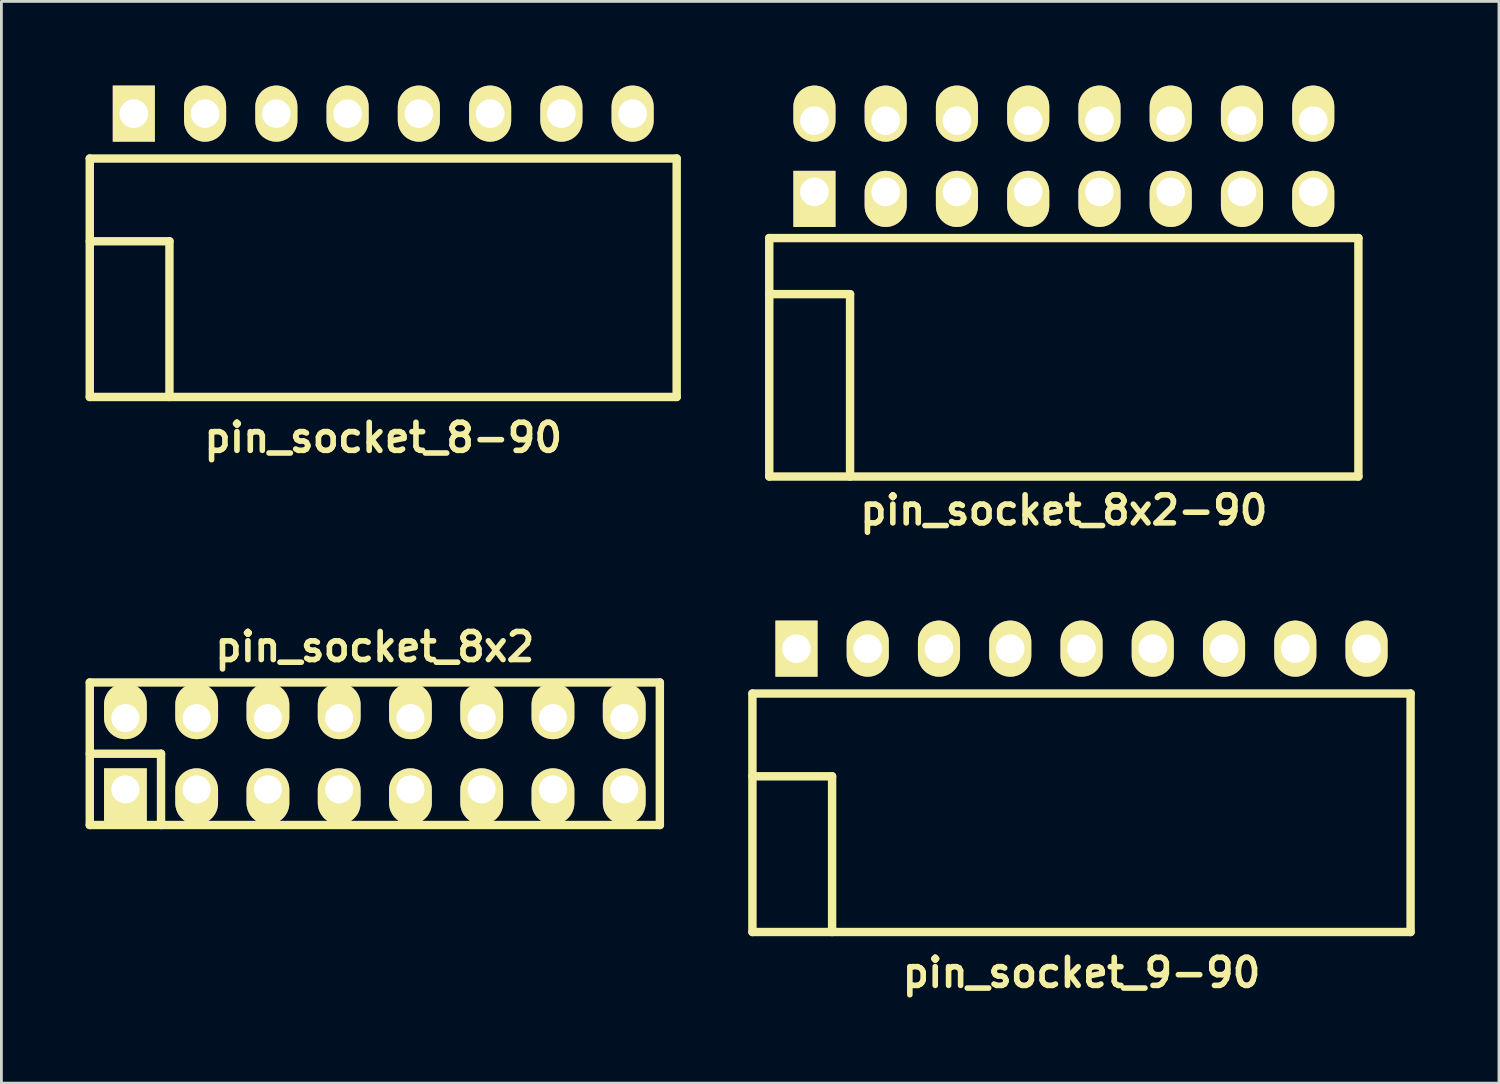
<source format=kicad_pcb>
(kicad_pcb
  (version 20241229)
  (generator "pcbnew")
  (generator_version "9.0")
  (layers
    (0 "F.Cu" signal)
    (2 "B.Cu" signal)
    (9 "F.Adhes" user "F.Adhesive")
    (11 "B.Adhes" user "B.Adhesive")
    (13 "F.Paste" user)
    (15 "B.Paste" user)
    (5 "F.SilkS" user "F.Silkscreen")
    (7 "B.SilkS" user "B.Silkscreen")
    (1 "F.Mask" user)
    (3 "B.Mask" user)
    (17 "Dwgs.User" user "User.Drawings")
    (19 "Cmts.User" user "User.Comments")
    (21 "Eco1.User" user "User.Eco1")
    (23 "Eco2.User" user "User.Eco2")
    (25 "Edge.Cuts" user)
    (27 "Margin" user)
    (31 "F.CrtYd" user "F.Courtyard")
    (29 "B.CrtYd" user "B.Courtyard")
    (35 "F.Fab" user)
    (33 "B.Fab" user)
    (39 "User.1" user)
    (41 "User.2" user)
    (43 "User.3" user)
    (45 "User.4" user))
  (footprint "pin_socket_9-90"
    (layer "F.Cu")
    (at 35.5 24.621)
    (property "Reference" "pin_socket_9-90" (at 0 7 0) (layer "F.SilkS") (effects (font (size 1 1) (thickness 0.2))))
    (attr through_hole)
    (fp_line (start -11.73 -2.95) (end -11.73 5.55) (stroke (width 0.3) (type solid)) (layer "F.SilkS"))
    (fp_line (start -11.73 -2.95) (end 11.73 -2.95) (stroke (width 0.3) (type solid)) (layer "F.SilkS"))
    (fp_line (start -11.73 0) (end -8.89 0) (stroke (width 0.3) (type solid)) (layer "F.SilkS"))
    (fp_line (start -11.73 5.55) (end 11.73 5.55) (stroke (width 0.3) (type solid)) (layer "F.SilkS"))
    (fp_line (start -8.89 0) (end -8.89 5.55) (stroke (width 0.3) (type solid)) (layer "F.SilkS"))
    (fp_line (start 11.73 -2.95) (end 11.73 5.55) (stroke (width 0.3) (type solid)) (layer "F.SilkS"))
    (pad "1" thru_hole rect (at -10.16 -4.55) (size 1.5 2) (drill 1.02) (layers "*.Cu" "*.Mask" "F.SilkS"))
    (pad "2" thru_hole oval (at -7.62 -4.55) (size 1.5 2) (drill 1.02) (layers "*.Cu" "*.Mask" "F.SilkS"))
    (pad "3" thru_hole oval (at -5.08 -4.55) (size 1.5 2) (drill 1.02) (layers "*.Cu" "*.Mask" "F.SilkS"))
    (pad "4" thru_hole oval (at -2.54 -4.55) (size 1.5 2) (drill 1.02) (layers "*.Cu" "*.Mask" "F.SilkS"))
    (pad "5" thru_hole oval (at 0 -4.55) (size 1.5 2) (drill 1.02) (layers "*.Cu" "*.Mask" "F.SilkS"))
    (pad "6" thru_hole oval (at 2.54 -4.55) (size 1.5 2) (drill 1.02) (layers "*.Cu" "*.Mask" "F.SilkS"))
    (pad "7" thru_hole oval (at 5.08 -4.55) (size 1.5 2) (drill 1.02) (layers "*.Cu" "*.Mask" "F.SilkS"))
    (pad "8" thru_hole oval (at 7.62 -4.55) (size 1.5 2) (drill 1.02) (layers "*.Cu" "*.Mask" "F.SilkS"))
    (pad "9" thru_hole oval (at 10.16 -4.55) (size 1.5 2) (drill 1.02) (layers "*.Cu" "*.Mask" "F.SilkS")))
  (footprint "pin_socket_8-90"
    (layer "F.Cu")
    (at 10.61 5.55)
    (property "Reference" "pin_socket_8-90" (at 0 7 0) (layer "F.SilkS") (effects (font (size 1 1) (thickness 0.2))))
    (attr through_hole)
    (fp_line (start -10.46 -2.95) (end -10.46 5.55) (stroke (width 0.3) (type solid)) (layer "F.SilkS"))
    (fp_line (start -10.46 -2.95) (end 10.46 -2.95) (stroke (width 0.3) (type solid)) (layer "F.SilkS"))
    (fp_line (start -10.46 0) (end -7.62 0) (stroke (width 0.3) (type solid)) (layer "F.SilkS"))
    (fp_line (start -10.46 5.55) (end 10.46 5.55) (stroke (width 0.3) (type solid)) (layer "F.SilkS"))
    (fp_line (start -7.62 0) (end -7.62 5.55) (stroke (width 0.3) (type solid)) (layer "F.SilkS"))
    (fp_line (start 10.46 -2.95) (end 10.46 5.55) (stroke (width 0.3) (type solid)) (layer "F.SilkS"))
    (pad "1" thru_hole rect (at -8.89 -4.55) (size 1.5 2) (drill 1.02) (layers "*.Cu" "*.Mask" "F.SilkS"))
    (pad "2" thru_hole oval (at -6.35 -4.55) (size 1.5 2) (drill 1.02) (layers "*.Cu" "*.Mask" "F.SilkS"))
    (pad "3" thru_hole oval (at -3.81 -4.55) (size 1.5 2) (drill 1.02) (layers "*.Cu" "*.Mask" "F.SilkS"))
    (pad "4" thru_hole oval (at -1.27 -4.55) (size 1.5 2) (drill 1.02) (layers "*.Cu" "*.Mask" "F.SilkS"))
    (pad "5" thru_hole oval (at 1.27 -4.55) (size 1.5 2) (drill 1.02) (layers "*.Cu" "*.Mask" "F.SilkS"))
    (pad "6" thru_hole oval (at 3.81 -4.55) (size 1.5 2) (drill 1.02) (layers "*.Cu" "*.Mask" "F.SilkS"))
    (pad "7" thru_hole oval (at 6.35 -4.55) (size 1.5 2) (drill 1.02) (layers "*.Cu" "*.Mask" "F.SilkS"))
    (pad "8" thru_hole oval (at 8.89 -4.55) (size 1.5 2) (drill 1.02) (layers "*.Cu" "*.Mask" "F.SilkS")))
  (footprint "pin_socket_8x2-90"
    (layer "F.Cu")
    (at 34.87 7.435)
    (property "Reference" "pin_socket_8x2-90" (at 0 7.7 0) (layer "F.SilkS") (effects (font (size 1 1) (thickness 0.2))))
    (attr through_hole)
    (fp_line (start -10.5 -2) (end -10.5 6.5) (stroke (width 0.3) (type solid)) (layer "F.SilkS"))
    (fp_line (start -10.5 -2) (end 10.5 -2) (stroke (width 0.3) (type solid)) (layer "F.SilkS"))
    (fp_line (start -10.5 0) (end -7.62 0) (stroke (width 0.3) (type solid)) (layer "F.SilkS"))
    (fp_line (start -10.5 6.5) (end 10.5 6.5) (stroke (width 0.3) (type solid)) (layer "F.SilkS"))
    (fp_line (start -7.62 0) (end -7.62 6.5) (stroke (width 0.3) (type solid)) (layer "F.SilkS"))
    (fp_line (start 10.5 -2) (end 10.5 6.5) (stroke (width 0.3) (type solid)) (layer "F.SilkS"))
    (pad "1" thru_hole rect (at -8.89 -3.645) (size 1.5 2) (drill 1.02 (offset 0 0.25)) (layers "*.Cu" "*.Mask" "F.SilkS"))
    (pad "2" thru_hole oval (at -8.89 -6.185) (size 1.5 2) (drill 1.02 (offset 0 -0.25)) (layers "*.Cu" "*.Mask" "F.SilkS"))
    (pad "3" thru_hole oval (at -6.35 -3.645) (size 1.5 2) (drill 1.02 (offset 0 0.25)) (layers "*.Cu" "*.Mask" "F.SilkS"))
    (pad "4" thru_hole oval (at -6.35 -6.185) (size 1.5 2) (drill 1.02 (offset 0 -0.25)) (layers "*.Cu" "*.Mask" "F.SilkS"))
    (pad "5" thru_hole oval (at -3.81 -3.645) (size 1.5 2) (drill 1.02 (offset 0 0.25)) (layers "*.Cu" "*.Mask" "F.SilkS"))
    (pad "6" thru_hole oval (at -3.81 -6.185) (size 1.5 2) (drill 1.02 (offset 0 -0.25)) (layers "*.Cu" "*.Mask" "F.SilkS"))
    (pad "7" thru_hole oval (at -1.27 -3.645) (size 1.5 2) (drill 1.02 (offset 0 0.25)) (layers "*.Cu" "*.Mask" "F.SilkS"))
    (pad "8" thru_hole oval (at -1.27 -6.185) (size 1.5 2) (drill 1.02 (offset 0 -0.25)) (layers "*.Cu" "*.Mask" "F.SilkS"))
    (pad "9" thru_hole oval (at 1.27 -3.645) (size 1.5 2) (drill 1.02 (offset 0 0.25)) (layers "*.Cu" "*.Mask" "F.SilkS"))
    (pad "10" thru_hole oval (at 1.27 -6.185) (size 1.5 2) (drill 1.02 (offset 0 -0.25)) (layers "*.Cu" "*.Mask" "F.SilkS"))
    (pad "11" thru_hole oval (at 3.81 -3.645) (size 1.5 2) (drill 1.02 (offset 0 0.25)) (layers "*.Cu" "*.Mask" "F.SilkS"))
    (pad "12" thru_hole oval (at 3.81 -6.185) (size 1.5 2) (drill 1.02 (offset 0 -0.25)) (layers "*.Cu" "*.Mask" "F.SilkS"))
    (pad "13" thru_hole oval (at 6.35 -3.645) (size 1.5 2) (drill 1.02 (offset 0 0.25)) (layers "*.Cu" "*.Mask" "F.SilkS"))
    (pad "14" thru_hole oval (at 6.35 -6.185) (size 1.5 2) (drill 1.02 (offset 0 -0.25)) (layers "*.Cu" "*.Mask" "F.SilkS"))
    (pad "15" thru_hole oval (at 8.89 -3.645) (size 1.5 2) (drill 1.02 (offset 0 0.25)) (layers "*.Cu" "*.Mask" "F.SilkS"))
    (pad "16" thru_hole oval (at 8.89 -6.185) (size 1.5 2) (drill 1.02 (offset 0 -0.25)) (layers "*.Cu" "*.Mask" "F.SilkS")))
  (footprint "pin_socket_8x2"
    (layer "F.Cu")
    (at 10.31 23.817)
    (property "Reference" "pin_socket_8x2" (at 0 -3.81 0) (layer "F.SilkS") (effects (font (size 1 1) (thickness 0.2))))
    (attr through_hole)
    (fp_line (start -10.16 -2.54) (end -10.16 2.54) (stroke (width 0.3) (type solid)) (layer "F.SilkS"))
    (fp_line (start -10.16 -2.54) (end 10.16 -2.54) (stroke (width 0.3) (type solid)) (layer "F.SilkS"))
    (fp_line (start -10.16 0) (end -7.62 0) (stroke (width 0.3) (type solid)) (layer "F.SilkS"))
    (fp_line (start -7.62 0) (end -7.62 2.54) (stroke (width 0.3) (type solid)) (layer "F.SilkS"))
    (fp_line (start 10.16 -2.54) (end 10.16 2.54) (stroke (width 0.3) (type solid)) (layer "F.SilkS"))
    (fp_line (start 10.16 2.54) (end -10.16 2.54) (stroke (width 0.3) (type solid)) (layer "F.SilkS"))
    (pad "1" thru_hole rect (at -8.89 1.27) (size 1.524 1.999) (drill 1.001 (offset 0 0.249)) (layers "*.Cu" "*.Mask" "F.SilkS"))
    (pad "2" thru_hole oval (at -8.89 -1.27) (size 1.524 1.999) (drill 1.001 (offset 0 -0.249)) (layers "*.Cu" "*.Mask" "F.SilkS"))
    (pad "3" thru_hole oval (at -6.35 1.27) (size 1.524 1.999) (drill 1.001 (offset 0 0.249)) (layers "*.Cu" "*.Mask" "F.SilkS"))
    (pad "4" thru_hole oval (at -6.35 -1.27) (size 1.524 1.999) (drill 1.001 (offset 0 -0.249)) (layers "*.Cu" "*.Mask" "F.SilkS"))
    (pad "5" thru_hole oval (at -3.81 1.27) (size 1.524 1.999) (drill 1.001 (offset 0 0.249)) (layers "*.Cu" "*.Mask" "F.SilkS"))
    (pad "6" thru_hole oval (at -3.81 -1.27) (size 1.524 1.999) (drill 1.001 (offset 0 -0.249)) (layers "*.Cu" "*.Mask" "F.SilkS"))
    (pad "7" thru_hole oval (at -1.27 1.27) (size 1.524 1.999) (drill 1.001 (offset 0 0.249)) (layers "*.Cu" "*.Mask" "F.SilkS"))
    (pad "8" thru_hole oval (at -1.27 -1.27) (size 1.524 1.999) (drill 1.001 (offset 0 -0.249)) (layers "*.Cu" "*.Mask" "F.SilkS"))
    (pad "9" thru_hole oval (at 1.27 1.27) (size 1.524 1.999) (drill 1.001 (offset 0 0.249)) (layers "*.Cu" "*.Mask" "F.SilkS"))
    (pad "10" thru_hole oval (at 1.27 -1.27) (size 1.524 1.999) (drill 1.001 (offset 0 -0.249)) (layers "*.Cu" "*.Mask" "F.SilkS"))
    (pad "11" thru_hole oval (at 3.81 1.27) (size 1.524 1.999) (drill 1.001 (offset 0 0.249)) (layers "*.Cu" "*.Mask" "F.SilkS"))
    (pad "12" thru_hole oval (at 3.81 -1.27) (size 1.524 1.999) (drill 1.001 (offset 0 -0.249)) (layers "*.Cu" "*.Mask" "F.SilkS"))
    (pad "13" thru_hole oval (at 6.35 1.27) (size 1.524 1.999) (drill 1.001 (offset 0 0.249)) (layers "*.Cu" "*.Mask" "F.SilkS"))
    (pad "14" thru_hole oval (at 6.35 -1.27) (size 1.524 1.999) (drill 1.001 (offset 0 -0.249)) (layers "*.Cu" "*.Mask" "F.SilkS"))
    (pad "15" thru_hole oval (at 8.89 1.27) (size 1.524 1.999) (drill 1.001 (offset 0 0.249)) (layers "*.Cu" "*.Mask" "F.SilkS"))
    (pad "16" thru_hole oval (at 8.89 -1.27) (size 1.524 1.999) (drill 1.001 (offset 0 -0.249)) (layers "*.Cu" "*.Mask" "F.SilkS")))
  (gr_rect
    (start -3 -3)
    (end 50.38 35.557)
    (stroke (width 0.1) (type default))
    (fill no)
    (layer "Edge.Cuts")))
</source>
